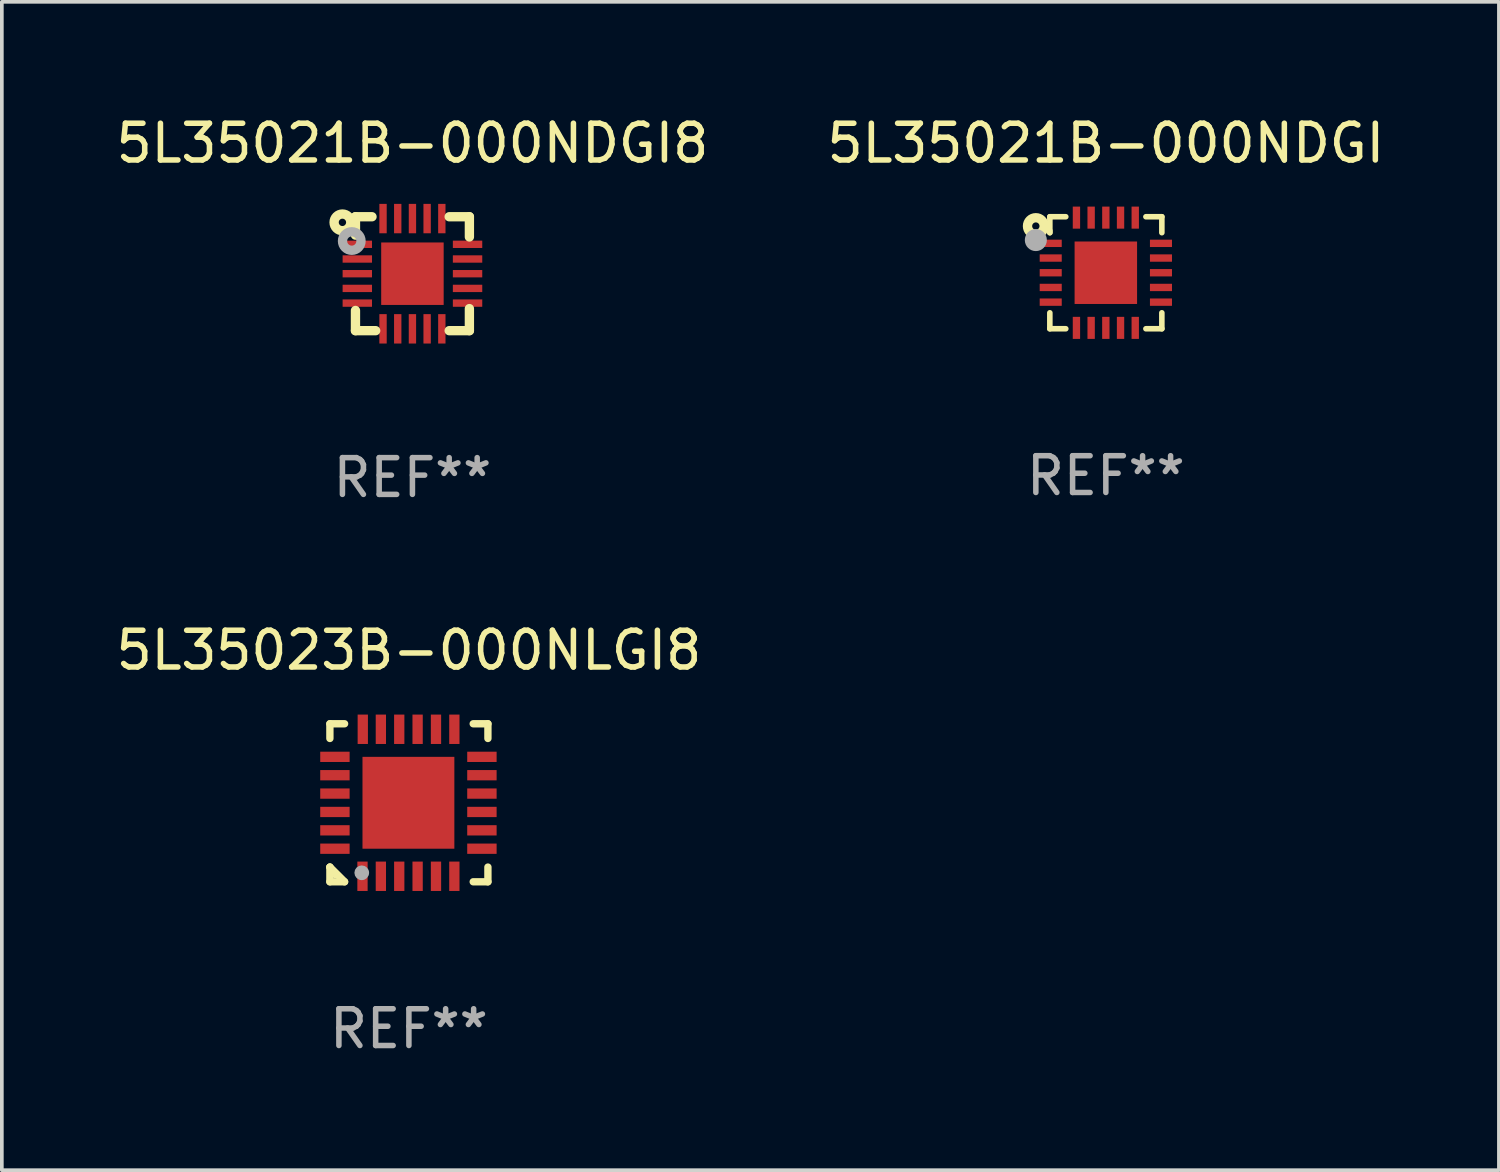
<source format=kicad_pcb>
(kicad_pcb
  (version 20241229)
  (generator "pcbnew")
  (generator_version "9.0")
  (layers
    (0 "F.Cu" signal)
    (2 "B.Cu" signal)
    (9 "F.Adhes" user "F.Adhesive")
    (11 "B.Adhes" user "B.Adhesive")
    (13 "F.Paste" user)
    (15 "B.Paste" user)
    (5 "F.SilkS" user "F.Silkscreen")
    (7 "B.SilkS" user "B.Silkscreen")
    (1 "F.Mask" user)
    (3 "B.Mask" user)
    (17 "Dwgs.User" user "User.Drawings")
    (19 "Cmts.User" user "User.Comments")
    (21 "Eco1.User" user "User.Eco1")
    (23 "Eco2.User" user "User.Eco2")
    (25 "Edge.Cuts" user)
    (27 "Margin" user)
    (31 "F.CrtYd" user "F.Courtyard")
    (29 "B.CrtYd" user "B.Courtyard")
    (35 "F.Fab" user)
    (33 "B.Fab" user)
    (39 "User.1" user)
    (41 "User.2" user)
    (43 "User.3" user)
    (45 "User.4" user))
  (footprint "5L35021B-000NDGI"
    (layer "F.Cu")
    (at 27.042 4.372)
    (property "Reference" "5L35021B-000NDGI" (at 0 -3.524 0) (layer "F.SilkS") (effects (font (size 1 1) (thickness 0.15))))
    (attr through_hole)
    (fp_line (start -1.524 -1.524) (end -1.09 -1.524) (stroke (width 0.152) (type solid)) (layer "F.SilkS"))
    (fp_line (start -1.524 -1.09) (end -1.524 -1.524) (stroke (width 0.152) (type solid)) (layer "F.SilkS"))
    (fp_line (start -1.524 -1.09) (end -1.524 -1.143) (stroke (width 0.152) (type solid)) (layer "F.SilkS"))
    (fp_line (start -1.524 1.524) (end -1.524 1.09) (stroke (width 0.152) (type solid)) (layer "F.SilkS"))
    (fp_line (start -1.09 1.524) (end -1.524 1.524) (stroke (width 0.152) (type solid)) (layer "F.SilkS"))
    (fp_line (start 1.09 -1.524) (end 1.524 -1.524) (stroke (width 0.152) (type solid)) (layer "F.SilkS"))
    (fp_line (start 1.524 -1.524) (end 1.524 -1.09) (stroke (width 0.152) (type solid)) (layer "F.SilkS"))
    (fp_line (start 1.524 1.09) (end 1.524 1.524) (stroke (width 0.152) (type solid)) (layer "F.SilkS"))
    (fp_line (start 1.524 1.524) (end 1.09 1.524) (stroke (width 0.152) (type solid)) (layer "F.SilkS"))
    (fp_circle (center -1.905 -1.27) (end -1.805 -1.27) (stroke (width 0.254) (type solid)) (fill no) (layer "F.SilkS"))
    (fp_circle (center -1.5 -1.5) (end -1.47 -1.5) (stroke (width 0.06) (type solid)) (fill no) (layer "F.SilkS"))
    (fp_circle (center -1.905 -0.889) (end -1.755 -0.889) (stroke (width 0.3) (type solid)) (fill no) (layer "F.Fab"))
    (fp_text user "REF**" (at 0 5.524 0) (layer "F.Fab") (effects (font (size 1 1) (thickness 0.15))))
    (pad "1" smd rect (at -1.5 -0.8) (size 0.6 0.2) (layers "F.Cu" "F.Mask" "F.Paste"))
    (pad "2" smd rect (at -1.5 -0.4) (size 0.6 0.2) (layers "F.Cu" "F.Mask" "F.Paste"))
    (pad "3" smd rect (at -1.5 -0.000203) (size 0.6 0.2) (layers "F.Cu" "F.Mask" "F.Paste"))
    (pad "4" smd rect (at -1.5 0.4) (size 0.6 0.2) (layers "F.Cu" "F.Mask" "F.Paste"))
    (pad "5" smd rect (at -1.5 0.8) (size 0.6 0.2) (layers "F.Cu" "F.Mask" "F.Paste"))
    (pad "6" smd rect (at -0.8 1.5) (size 0.2 0.6) (layers "F.Cu" "F.Mask" "F.Paste"))
    (pad "7" smd rect (at -0.4 1.5) (size 0.2 0.6) (layers "F.Cu" "F.Mask" "F.Paste"))
    (pad "8" smd rect (at -0.000178 1.5) (size 0.2 0.6) (layers "F.Cu" "F.Mask" "F.Paste"))
    (pad "9" smd rect (at 0.4 1.5) (size 0.2 0.6) (layers "F.Cu" "F.Mask" "F.Paste"))
    (pad "10" smd rect (at 0.8 1.5) (size 0.2 0.6) (layers "F.Cu" "F.Mask" "F.Paste"))
    (pad "11" smd rect (at 1.5 0.8) (size 0.6 0.2) (layers "F.Cu" "F.Mask" "F.Paste"))
    (pad "12" smd rect (at 1.5 0.4) (size 0.6 0.2) (layers "F.Cu" "F.Mask" "F.Paste"))
    (pad "13" smd rect (at 1.5 -0.000203) (size 0.6 0.2) (layers "F.Cu" "F.Mask" "F.Paste"))
    (pad "14" smd rect (at 1.5 -0.4) (size 0.6 0.2) (layers "F.Cu" "F.Mask" "F.Paste"))
    (pad "15" smd rect (at 1.5 -0.8) (size 0.6 0.2) (layers "F.Cu" "F.Mask" "F.Paste"))
    (pad "16" smd rect (at 0.8 -1.5) (size 0.2 0.6) (layers "F.Cu" "F.Mask" "F.Paste"))
    (pad "17" smd rect (at 0.4 -1.5) (size 0.2 0.6) (layers "F.Cu" "F.Mask" "F.Paste"))
    (pad "18" smd rect (at 0.000076 -1.5) (size 0.2 0.6) (layers "F.Cu" "F.Mask" "F.Paste"))
    (pad "19" smd rect (at -0.4 -1.5) (size 0.2 0.6) (layers "F.Cu" "F.Mask" "F.Paste"))
    (pad "20" smd rect (at -0.8 -1.5) (size 0.2 0.6) (layers "F.Cu" "F.Mask" "F.Paste"))
    (pad "21" smd rect (at -0.000178 -0.000203 180) (size 1.7 1.7) (layers "F.Cu" "F.Mask" "F.Paste")))
  (footprint "5L35023B-000NLGI8"
    (layer "F.Cu")
    (at 8.077 18.795)
    (property "Reference" "5L35023B-000NLGI8" (at 0 -4.15 0) (layer "F.SilkS") (effects (font (size 1 1) (thickness 0.15))))
    (attr through_hole)
    (fp_line (start -2.15 -2.15) (end -1.75 -2.15) (stroke (width 0.2) (type solid)) (layer "F.SilkS"))
    (fp_line (start -2.15 -1.75) (end -2.15 -2.15) (stroke (width 0.2) (type solid)) (layer "F.SilkS"))
    (fp_line (start -2.15 1.75) (end -2.15 1.75) (stroke (width 0.2) (type solid)) (layer "F.SilkS"))
    (fp_line (start -2.15 1.75) (end -1.75 2.15) (stroke (width 0.2) (type solid)) (layer "F.SilkS"))
    (fp_line (start -2.15 2.15) (end -2.15 1.75) (stroke (width 0.2) (type solid)) (layer "F.SilkS"))
    (fp_line (start -1.75 2.15) (end -2.15 2.15) (stroke (width 0.2) (type solid)) (layer "F.SilkS"))
    (fp_line (start 2.15 -2.15) (end 1.75 -2.15) (stroke (width 0.2) (type solid)) (layer "F.SilkS"))
    (fp_line (start 2.15 -1.75) (end 2.15 -2.15) (stroke (width 0.2) (type solid)) (layer "F.SilkS"))
    (fp_line (start 2.15 1.75) (end 2.15 2.15) (stroke (width 0.2) (type solid)) (layer "F.SilkS"))
    (fp_line (start 2.15 2.15) (end 1.75 2.15) (stroke (width 0.2) (type solid)) (layer "F.SilkS"))
    (fp_circle (center -2.013 2) (end -1.983 2) (stroke (width 0.06) (type solid)) (fill no) (layer "F.SilkS"))
    (fp_circle (center -1.283 1.905) (end -1.183 1.905) (stroke (width 0.2) (type solid)) (fill no) (layer "F.Fab"))
    (fp_text user "REF**" (at 0 6.15 0) (layer "F.Fab") (effects (font (size 1 1) (thickness 0.15))))
    (pad "1" smd rect (at -1.263 2 180) (size 0.28 0.8) (layers "F.Cu" "F.Mask" "F.Paste"))
    (pad "2" smd rect (at -0.763 2 180) (size 0.28 0.8) (layers "F.Cu" "F.Mask" "F.Paste"))
    (pad "3" smd rect (at -0.263 2 180) (size 0.28 0.8) (layers "F.Cu" "F.Mask" "F.Paste"))
    (pad "4" smd rect (at 0.237 2 180) (size 0.28 0.8) (layers "F.Cu" "F.Mask" "F.Paste"))
    (pad "5" smd rect (at 0.737 2 180) (size 0.28 0.8) (layers "F.Cu" "F.Mask" "F.Paste"))
    (pad "6" smd rect (at 1.237 2 180) (size 0.28 0.8) (layers "F.Cu" "F.Mask" "F.Paste"))
    (pad "7" smd rect (at 1.987 1.25 90) (size 0.28 0.8) (layers "F.Cu" "F.Mask" "F.Paste"))
    (pad "8" smd rect (at 1.987 0.75 90) (size 0.28 0.8) (layers "F.Cu" "F.Mask" "F.Paste"))
    (pad "9" smd rect (at 1.987 0.25 90) (size 0.28 0.8) (layers "F.Cu" "F.Mask" "F.Paste"))
    (pad "10" smd rect (at 1.987 -0.25 90) (size 0.28 0.8) (layers "F.Cu" "F.Mask" "F.Paste"))
    (pad "11" smd rect (at 1.987 -0.75 90) (size 0.28 0.8) (layers "F.Cu" "F.Mask" "F.Paste"))
    (pad "12" smd rect (at 1.987 -1.25 90) (size 0.28 0.8) (layers "F.Cu" "F.Mask" "F.Paste"))
    (pad "13" smd rect (at 1.237 -2 180) (size 0.28 0.8) (layers "F.Cu" "F.Mask" "F.Paste"))
    (pad "14" smd rect (at 0.737 -2 180) (size 0.28 0.8) (layers "F.Cu" "F.Mask" "F.Paste"))
    (pad "15" smd rect (at 0.237 -2 180) (size 0.28 0.8) (layers "F.Cu" "F.Mask" "F.Paste"))
    (pad "16" smd rect (at -0.263 -2 180) (size 0.28 0.8) (layers "F.Cu" "F.Mask" "F.Paste"))
    (pad "17" smd rect (at -0.763 -2 180) (size 0.28 0.8) (layers "F.Cu" "F.Mask" "F.Paste"))
    (pad "18" smd rect (at -1.255 -2 180) (size 0.28 0.8) (layers "F.Cu" "F.Mask" "F.Paste"))
    (pad "19" smd rect (at -2.013 -1.25 90) (size 0.28 0.8) (layers "F.Cu" "F.Mask" "F.Paste"))
    (pad "20" smd rect (at -2.013 -0.75 90) (size 0.28 0.8) (layers "F.Cu" "F.Mask" "F.Paste"))
    (pad "21" smd rect (at -2.013 -0.25 90) (size 0.28 0.8) (layers "F.Cu" "F.Mask" "F.Paste"))
    (pad "22" smd rect (at -2.013 0.25 90) (size 0.28 0.8) (layers "F.Cu" "F.Mask" "F.Paste"))
    (pad "23" smd rect (at -2.013 0.75 90) (size 0.28 0.8) (layers "F.Cu" "F.Mask" "F.Paste"))
    (pad "24" smd rect (at -2.013 1.25 90) (size 0.28 0.8) (layers "F.Cu" "F.Mask" "F.Paste"))
    (pad "25" smd rect (at -0.013 0 90) (size 2.5 2.5) (layers "F.Cu" "F.Mask" "F.Paste")))
  (footprint "5L35021B-000NDGI8"
    (layer "F.Cu")
    (at 8.173 4.398)
    (property "Reference" "5L35021B-000NDGI8" (at 0 -3.55 0) (layer "F.SilkS") (effects (font (size 1 1) (thickness 0.15))))
    (attr through_hole)
    (fp_line (start -1.55 -1.55) (end -1.55 -1.05) (stroke (width 0.254) (type solid)) (layer "F.SilkS"))
    (fp_line (start -1.55 1.55) (end -1.55 1) (stroke (width 0.254) (type solid)) (layer "F.SilkS"))
    (fp_line (start -1.1 -1.55) (end -1.55 -1.55) (stroke (width 0.254) (type solid)) (layer "F.SilkS"))
    (fp_line (start -1 1.55) (end -1.55 1.55) (stroke (width 0.254) (type solid)) (layer "F.SilkS"))
    (fp_line (start 1 -1.55) (end 1.55 -1.55) (stroke (width 0.254) (type solid)) (layer "F.SilkS"))
    (fp_line (start 1.55 -1.55) (end 1.55 -1) (stroke (width 0.254) (type solid)) (layer "F.SilkS"))
    (fp_line (start 1.55 0.95) (end 1.55 1.55) (stroke (width 0.254) (type solid)) (layer "F.SilkS"))
    (fp_line (start 1.55 1.55) (end 1 1.55) (stroke (width 0.254) (type solid)) (layer "F.SilkS"))
    (fp_circle (center -1.905 -1.397) (end -1.805 -1.397) (stroke (width 0.254) (type solid)) (fill no) (layer "F.SilkS"))
    (fp_circle (center -1.5 -1.5) (end -1.47 -1.5) (stroke (width 0.06) (type solid)) (fill no) (layer "F.SilkS"))
    (fp_circle (center -1.651 -0.889) (end -1.526 -0.889) (stroke (width 0.254) (type solid)) (fill no) (layer "F.Fab"))
    (fp_text user "REF**" (at 0 5.55 0) (layer "F.Fab") (effects (font (size 1 1) (thickness 0.15))))
    (pad "1" smd rect (at -1.5 -0.8 90) (size 0.2 0.8) (layers "F.Cu" "F.Mask" "F.Paste"))
    (pad "2" smd rect (at -1.5 -0.4 90) (size 0.2 0.8) (layers "F.Cu" "F.Mask" "F.Paste"))
    (pad "3" smd rect (at -1.5 0 90) (size 0.2 0.8) (layers "F.Cu" "F.Mask" "F.Paste"))
    (pad "4" smd rect (at -1.5 0.4 90) (size 0.2 0.8) (layers "F.Cu" "F.Mask" "F.Paste"))
    (pad "5" smd rect (at -1.5 0.8 90) (size 0.2 0.8) (layers "F.Cu" "F.Mask" "F.Paste"))
    (pad "6" smd rect (at -0.8 1.5) (size 0.2 0.8) (layers "F.Cu" "F.Mask" "F.Paste"))
    (pad "7" smd rect (at -0.4 1.5) (size 0.2 0.8) (layers "F.Cu" "F.Mask" "F.Paste"))
    (pad "8" smd rect (at 0 1.5) (size 0.2 0.8) (layers "F.Cu" "F.Mask" "F.Paste"))
    (pad "9" smd rect (at 0.4 1.5) (size 0.2 0.8) (layers "F.Cu" "F.Mask" "F.Paste"))
    (pad "10" smd rect (at 0.8 1.5) (size 0.2 0.8) (layers "F.Cu" "F.Mask" "F.Paste"))
    (pad "11" smd rect (at 1.5 0.8 90) (size 0.2 0.8) (layers "F.Cu" "F.Mask" "F.Paste"))
    (pad "12" smd rect (at 1.5 0.4 90) (size 0.2 0.8) (layers "F.Cu" "F.Mask" "F.Paste"))
    (pad "13" smd rect (at 1.5 0 90) (size 0.2 0.8) (layers "F.Cu" "F.Mask" "F.Paste"))
    (pad "14" smd rect (at 1.5 -0.4 90) (size 0.2 0.8) (layers "F.Cu" "F.Mask" "F.Paste"))
    (pad "15" smd rect (at 1.5 -0.8 90) (size 0.2 0.8) (layers "F.Cu" "F.Mask" "F.Paste"))
    (pad "16" smd rect (at 0.8 -1.5 180) (size 0.2 0.8) (layers "F.Cu" "F.Mask" "F.Paste"))
    (pad "17" smd rect (at 0.4 -1.5 180) (size 0.2 0.8) (layers "F.Cu" "F.Mask" "F.Paste"))
    (pad "18" smd rect (at 0.000254 -1.5 180) (size 0.2 0.8) (layers "F.Cu" "F.Mask" "F.Paste"))
    (pad "19" smd rect (at -0.4 -1.5 180) (size 0.2 0.8) (layers "F.Cu" "F.Mask" "F.Paste"))
    (pad "20" smd rect (at -0.8 -1.5 180) (size 0.2 0.8) (layers "F.Cu" "F.Mask" "F.Paste"))
    (pad "21" smd rect (at 0 0 180) (size 1.7 1.7) (layers "F.Cu" "F.Mask" "F.Paste")))
  (gr_rect
    (start -3 -3)
    (end 37.738 28.793)
    (stroke (width 0.1) (type default))
    (fill no)
    (layer "Edge.Cuts")))
</source>
